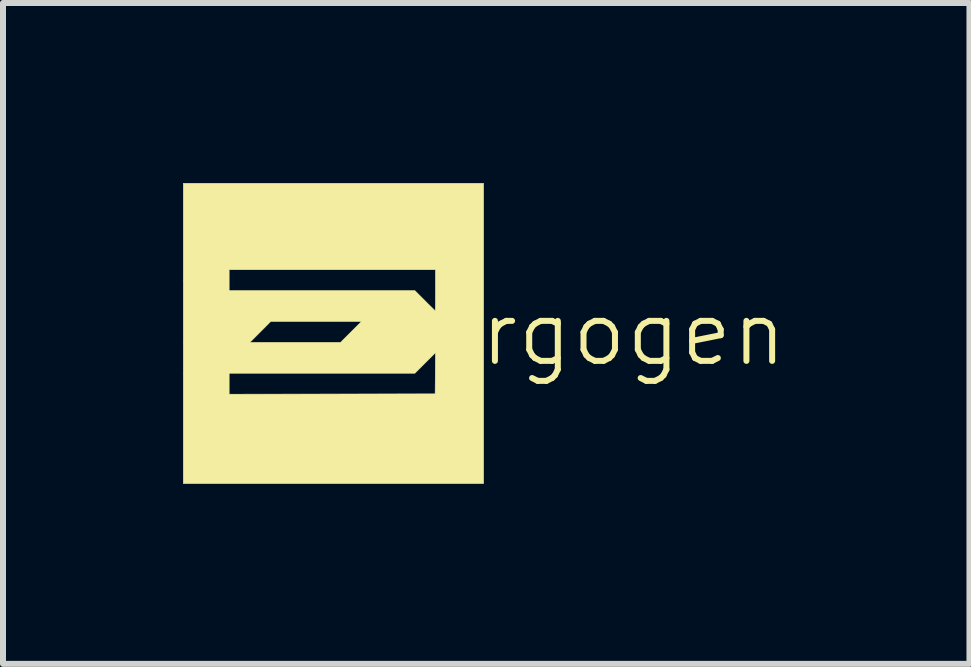
<source format=kicad_pcb>
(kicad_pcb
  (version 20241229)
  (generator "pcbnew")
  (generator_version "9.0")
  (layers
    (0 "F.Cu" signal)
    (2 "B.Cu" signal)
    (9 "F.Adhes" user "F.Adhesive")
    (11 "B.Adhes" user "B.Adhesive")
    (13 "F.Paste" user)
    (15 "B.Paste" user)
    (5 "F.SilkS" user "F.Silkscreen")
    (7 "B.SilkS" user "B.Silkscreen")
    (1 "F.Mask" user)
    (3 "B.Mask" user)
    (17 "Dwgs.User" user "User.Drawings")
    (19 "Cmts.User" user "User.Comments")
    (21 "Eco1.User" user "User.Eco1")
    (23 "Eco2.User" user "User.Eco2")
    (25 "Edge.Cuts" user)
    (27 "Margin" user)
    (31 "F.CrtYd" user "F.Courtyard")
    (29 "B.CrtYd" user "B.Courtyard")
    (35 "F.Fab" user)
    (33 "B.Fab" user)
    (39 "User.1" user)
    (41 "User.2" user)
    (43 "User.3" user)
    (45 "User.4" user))
  (footprint "ergogen"
    (layer "F.Cu")
    (at 2.506 2.506)
    (property "Reference" "ergogen" (at 4.572 0 0) (layer "F.SilkS") (effects (font (size 1 1) (thickness 0.1))))
    (attr exclude_from_pos_files exclude_from_bom)
    (fp_poly (pts (xy 2.501 0) (xy 2.501 2.501) (xy 0 2.501) (xy -2.501 2.501) (xy -2.501 1.013) (xy -1.738 1.013) (xy -0.022 1.01) (xy 1.695 1.007) (xy 1.698 0.663) (xy 1.701 0.319) (xy 1.529 0.491) (xy 1.357 0.663) (xy -0.191 0.663) (xy -1.738 0.663) (xy -1.738 0.838) (xy -1.738 1.013) (xy -2.501 1.013) (xy -2.501 0.15) (xy -1.394 0.15) (xy -0.637 0.15) (xy 0.119 0.15) (xy 0.294 -0.025) (xy 0.469 -0.2) (xy -0.288 -0.2) (xy -1.045 -0.2) (xy -1.219 -0.025) (xy -1.394 0.15) (xy -2.501 0.15) (xy -2.501 0) (xy -2.501 -1.063) (xy -1.738 -1.063) (xy -1.738 -0.888) (xy -1.738 -0.713) (xy -0.191 -0.713) (xy 1.357 -0.713) (xy 1.526 -0.544) (xy 1.578 -0.491) (xy 1.625 -0.446) (xy 1.662 -0.409) (xy 1.687 -0.385) (xy 1.697 -0.375) (xy 1.698 -0.375) (xy 1.698 -0.387) (xy 1.699 -0.421) (xy 1.7 -0.473) (xy 1.7 -0.541) (xy 1.701 -0.621) (xy 1.701 -0.71) (xy 1.701 -0.719) (xy 1.701 -1.063) (xy -0.019 -1.063) (xy -1.738 -1.063) (xy -2.501 -1.063) (xy -2.501 -2.501) (xy 0 -2.501) (xy 2.501 -2.501)) (stroke (width 0.01) (type solid)) (fill yes) (layer "F.SilkS")))
  (gr_rect
    (start -3 -3)
    (end 13.104 8.012)
    (stroke (width 0.1) (type default))
    (fill no)
    (layer "Edge.Cuts")))
</source>
